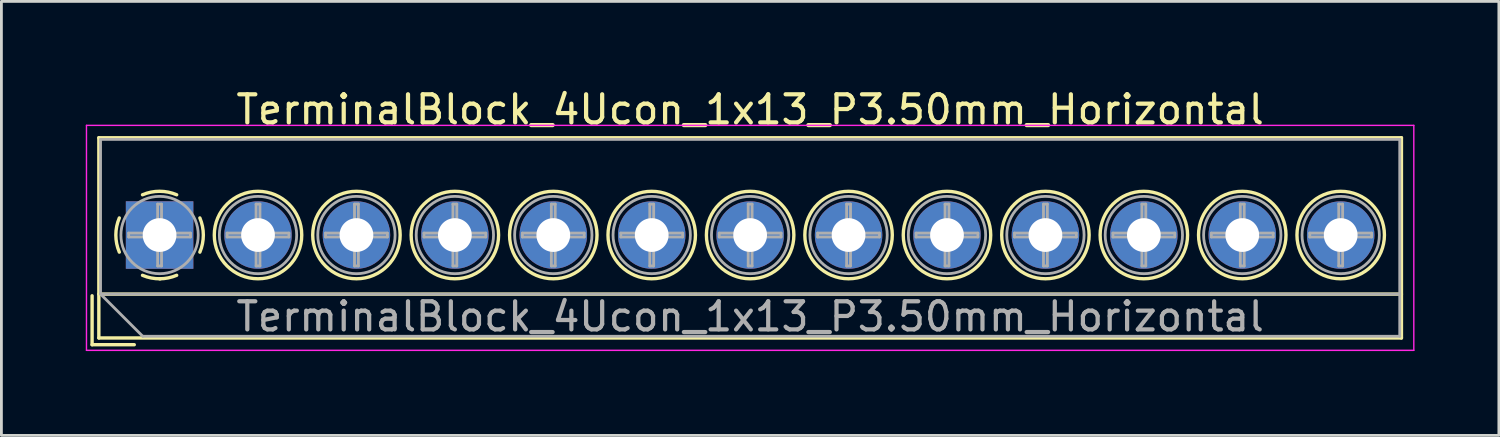
<source format=kicad_pcb>
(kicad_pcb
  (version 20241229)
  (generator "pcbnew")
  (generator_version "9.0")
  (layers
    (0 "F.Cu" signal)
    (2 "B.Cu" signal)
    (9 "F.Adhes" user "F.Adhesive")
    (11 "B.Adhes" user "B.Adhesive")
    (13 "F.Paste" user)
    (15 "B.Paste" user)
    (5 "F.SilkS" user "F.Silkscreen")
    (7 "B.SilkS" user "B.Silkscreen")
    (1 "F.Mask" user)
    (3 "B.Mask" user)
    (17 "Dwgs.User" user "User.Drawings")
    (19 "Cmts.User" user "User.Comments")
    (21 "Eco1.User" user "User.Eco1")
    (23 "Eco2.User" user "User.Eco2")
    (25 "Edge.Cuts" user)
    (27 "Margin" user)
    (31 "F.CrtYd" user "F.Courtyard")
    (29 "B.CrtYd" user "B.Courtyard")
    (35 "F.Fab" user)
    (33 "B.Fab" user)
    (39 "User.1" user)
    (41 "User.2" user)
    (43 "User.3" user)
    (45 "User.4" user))
  (footprint "TerminalBlock_4Ucon_1x13_P3.50mm_Horizontal"
    (layer "F.Cu")
    (at 2.625 5.308)
    (property "Reference" "TerminalBlock_4Ucon_1x13_P3.50mm_Horizontal" (at 21 -4.46 0) (layer "F.SilkS") (effects (font (size 1 1) (thickness 0.15))))
    (attr through_hole)
    (fp_line (start -2.4 2.16) (end -2.4 3.9) (stroke (width 0.12) (type solid)) (layer "F.SilkS"))
    (fp_line (start -2.4 3.9) (end -0.9 3.9) (stroke (width 0.12) (type solid)) (layer "F.SilkS"))
    (fp_line (start -2.16 -3.46) (end -2.16 3.66) (stroke (width 0.12) (type solid)) (layer "F.SilkS"))
    (fp_line (start -2.16 -3.46) (end 44.16 -3.46) (stroke (width 0.12) (type solid)) (layer "F.SilkS"))
    (fp_line (start -2.16 2.1) (end 44.16 2.1) (stroke (width 0.12) (type solid)) (layer "F.SilkS"))
    (fp_line (start -2.16 3.66) (end 44.16 3.66) (stroke (width 0.12) (type solid)) (layer "F.SilkS"))
    (fp_line (start 44.16 -3.46) (end 44.16 3.66) (stroke (width 0.12) (type solid)) (layer "F.SilkS"))
    (fp_arc (start -1.432109 0.607742) (mid -1.555727 -0.00014) (end -1.432 -0.608) (stroke (width 0.12) (type solid)) (layer "F.SilkS"))
    (fp_arc (start -0.607742 -1.432109) (mid 0.00014 -1.555727) (end 0.608 -1.432) (stroke (width 0.12) (type solid)) (layer "F.SilkS"))
    (fp_arc (start 0.027011 1.555493) (mid -0.296984 1.527118) (end -0.608 1.432) (stroke (width 0.12) (type solid)) (layer "F.SilkS"))
    (fp_arc (start 0.607587 1.431385) (mid 0.310017 1.523783) (end 0 1.555) (stroke (width 0.12) (type solid)) (layer "F.SilkS"))
    (fp_arc (start 1.432109 -0.607742) (mid 1.555727 0.00014) (end 1.432 0.608) (stroke (width 0.12) (type solid)) (layer "F.SilkS"))
    (fp_circle (center 3.5 0) (end 5.055 0) (stroke (width 0.12) (type solid)) (fill no) (layer "F.SilkS"))
    (fp_circle (center 7 0) (end 8.555 0) (stroke (width 0.12) (type solid)) (fill no) (layer "F.SilkS"))
    (fp_circle (center 10.5 0) (end 12.055 0) (stroke (width 0.12) (type solid)) (fill no) (layer "F.SilkS"))
    (fp_circle (center 14 0) (end 15.555 0) (stroke (width 0.12) (type solid)) (fill no) (layer "F.SilkS"))
    (fp_circle (center 17.5 0) (end 19.055 0) (stroke (width 0.12) (type solid)) (fill no) (layer "F.SilkS"))
    (fp_circle (center 21 0) (end 22.555 0) (stroke (width 0.12) (type solid)) (fill no) (layer "F.SilkS"))
    (fp_circle (center 24.5 0) (end 26.055 0) (stroke (width 0.12) (type solid)) (fill no) (layer "F.SilkS"))
    (fp_circle (center 28 0) (end 29.555 0) (stroke (width 0.12) (type solid)) (fill no) (layer "F.SilkS"))
    (fp_circle (center 31.5 0) (end 33.055 0) (stroke (width 0.12) (type solid)) (fill no) (layer "F.SilkS"))
    (fp_circle (center 35 0) (end 36.555 0) (stroke (width 0.12) (type solid)) (fill no) (layer "F.SilkS"))
    (fp_circle (center 38.5 0) (end 40.055 0) (stroke (width 0.12) (type solid)) (fill no) (layer "F.SilkS"))
    (fp_circle (center 42 0) (end 43.555 0) (stroke (width 0.12) (type solid)) (fill no) (layer "F.SilkS"))
    (fp_line (start -2.6 -3.9) (end -2.6 4.1) (stroke (width 0.05) (type solid)) (layer "F.CrtYd"))
    (fp_line (start -2.6 4.1) (end 44.6 4.1) (stroke (width 0.05) (type solid)) (layer "F.CrtYd"))
    (fp_line (start 44.6 -3.9) (end -2.6 -3.9) (stroke (width 0.05) (type solid)) (layer "F.CrtYd"))
    (fp_line (start 44.6 4.1) (end 44.6 -3.9) (stroke (width 0.05) (type solid)) (layer "F.CrtYd"))
    (fp_line (start -2.1 -3.4) (end 44.1 -3.4) (stroke (width 0.1) (type solid)) (layer "F.Fab"))
    (fp_line (start -2.1 2.1) (end -2.1 -3.4) (stroke (width 0.1) (type solid)) (layer "F.Fab"))
    (fp_line (start -2.1 2.1) (end 44.1 2.1) (stroke (width 0.1) (type solid)) (layer "F.Fab"))
    (fp_line (start -1.1 -0.069) (end -0.069 -0.069) (stroke (width 0.1) (type solid)) (layer "F.Fab"))
    (fp_line (start -1.1 0.069) (end -1.1 -0.069) (stroke (width 0.1) (type solid)) (layer "F.Fab"))
    (fp_line (start -0.6 3.6) (end -2.1 2.1) (stroke (width 0.1) (type solid)) (layer "F.Fab"))
    (fp_line (start -0.069 -1.1) (end 0.069 -1.1) (stroke (width 0.1) (type solid)) (layer "F.Fab"))
    (fp_line (start -0.069 -0.069) (end -0.069 -1.1) (stroke (width 0.1) (type solid)) (layer "F.Fab"))
    (fp_line (start -0.069 0.069) (end -1.1 0.069) (stroke (width 0.1) (type solid)) (layer "F.Fab"))
    (fp_line (start -0.069 1.1) (end -0.069 0.069) (stroke (width 0.1) (type solid)) (layer "F.Fab"))
    (fp_line (start 0.069 -1.1) (end 0.069 -0.069) (stroke (width 0.1) (type solid)) (layer "F.Fab"))
    (fp_line (start 0.069 -0.069) (end 1.1 -0.069) (stroke (width 0.1) (type solid)) (layer "F.Fab"))
    (fp_line (start 0.069 0.069) (end 0.069 1.1) (stroke (width 0.1) (type solid)) (layer "F.Fab"))
    (fp_line (start 0.069 1.1) (end -0.069 1.1) (stroke (width 0.1) (type solid)) (layer "F.Fab"))
    (fp_line (start 1.1 -0.069) (end 1.1 0.069) (stroke (width 0.1) (type solid)) (layer "F.Fab"))
    (fp_line (start 1.1 0.069) (end 0.069 0.069) (stroke (width 0.1) (type solid)) (layer "F.Fab"))
    (fp_line (start 2.4 -0.069) (end 3.431 -0.069) (stroke (width 0.1) (type solid)) (layer "F.Fab"))
    (fp_line (start 2.4 0.069) (end 2.4 -0.069) (stroke (width 0.1) (type solid)) (layer "F.Fab"))
    (fp_line (start 3.431 -1.1) (end 3.569 -1.1) (stroke (width 0.1) (type solid)) (layer "F.Fab"))
    (fp_line (start 3.431 -0.069) (end 3.431 -1.1) (stroke (width 0.1) (type solid)) (layer "F.Fab"))
    (fp_line (start 3.431 0.069) (end 2.4 0.069) (stroke (width 0.1) (type solid)) (layer "F.Fab"))
    (fp_line (start 3.431 1.1) (end 3.431 0.069) (stroke (width 0.1) (type solid)) (layer "F.Fab"))
    (fp_line (start 3.569 -1.1) (end 3.569 -0.069) (stroke (width 0.1) (type solid)) (layer "F.Fab"))
    (fp_line (start 3.569 -0.069) (end 4.6 -0.069) (stroke (width 0.1) (type solid)) (layer "F.Fab"))
    (fp_line (start 3.569 0.069) (end 3.569 1.1) (stroke (width 0.1) (type solid)) (layer "F.Fab"))
    (fp_line (start 3.569 1.1) (end 3.431 1.1) (stroke (width 0.1) (type solid)) (layer "F.Fab"))
    (fp_line (start 4.6 -0.069) (end 4.6 0.069) (stroke (width 0.1) (type solid)) (layer "F.Fab"))
    (fp_line (start 4.6 0.069) (end 3.569 0.069) (stroke (width 0.1) (type solid)) (layer "F.Fab"))
    (fp_line (start 5.9 -0.069) (end 6.931 -0.069) (stroke (width 0.1) (type solid)) (layer "F.Fab"))
    (fp_line (start 5.9 0.069) (end 5.9 -0.069) (stroke (width 0.1) (type solid)) (layer "F.Fab"))
    (fp_line (start 6.931 -1.1) (end 7.069 -1.1) (stroke (width 0.1) (type solid)) (layer "F.Fab"))
    (fp_line (start 6.931 -0.069) (end 6.931 -1.1) (stroke (width 0.1) (type solid)) (layer "F.Fab"))
    (fp_line (start 6.931 0.069) (end 5.9 0.069) (stroke (width 0.1) (type solid)) (layer "F.Fab"))
    (fp_line (start 6.931 1.1) (end 6.931 0.069) (stroke (width 0.1) (type solid)) (layer "F.Fab"))
    (fp_line (start 7.069 -1.1) (end 7.069 -0.069) (stroke (width 0.1) (type solid)) (layer "F.Fab"))
    (fp_line (start 7.069 -0.069) (end 8.1 -0.069) (stroke (width 0.1) (type solid)) (layer "F.Fab"))
    (fp_line (start 7.069 0.069) (end 7.069 1.1) (stroke (width 0.1) (type solid)) (layer "F.Fab"))
    (fp_line (start 7.069 1.1) (end 6.931 1.1) (stroke (width 0.1) (type solid)) (layer "F.Fab"))
    (fp_line (start 8.1 -0.069) (end 8.1 0.069) (stroke (width 0.1) (type solid)) (layer "F.Fab"))
    (fp_line (start 8.1 0.069) (end 7.069 0.069) (stroke (width 0.1) (type solid)) (layer "F.Fab"))
    (fp_line (start 9.4 -0.069) (end 10.431 -0.069) (stroke (width 0.1) (type solid)) (layer "F.Fab"))
    (fp_line (start 9.4 0.069) (end 9.4 -0.069) (stroke (width 0.1) (type solid)) (layer "F.Fab"))
    (fp_line (start 10.431 -1.1) (end 10.569 -1.1) (stroke (width 0.1) (type solid)) (layer "F.Fab"))
    (fp_line (start 10.431 -0.069) (end 10.431 -1.1) (stroke (width 0.1) (type solid)) (layer "F.Fab"))
    (fp_line (start 10.431 0.069) (end 9.4 0.069) (stroke (width 0.1) (type solid)) (layer "F.Fab"))
    (fp_line (start 10.431 1.1) (end 10.431 0.069) (stroke (width 0.1) (type solid)) (layer "F.Fab"))
    (fp_line (start 10.569 -1.1) (end 10.569 -0.069) (stroke (width 0.1) (type solid)) (layer "F.Fab"))
    (fp_line (start 10.569 -0.069) (end 11.6 -0.069) (stroke (width 0.1) (type solid)) (layer "F.Fab"))
    (fp_line (start 10.569 0.069) (end 10.569 1.1) (stroke (width 0.1) (type solid)) (layer "F.Fab"))
    (fp_line (start 10.569 1.1) (end 10.431 1.1) (stroke (width 0.1) (type solid)) (layer "F.Fab"))
    (fp_line (start 11.6 -0.069) (end 11.6 0.069) (stroke (width 0.1) (type solid)) (layer "F.Fab"))
    (fp_line (start 11.6 0.069) (end 10.569 0.069) (stroke (width 0.1) (type solid)) (layer "F.Fab"))
    (fp_line (start 12.9 -0.069) (end 13.931 -0.069) (stroke (width 0.1) (type solid)) (layer "F.Fab"))
    (fp_line (start 12.9 0.069) (end 12.9 -0.069) (stroke (width 0.1) (type solid)) (layer "F.Fab"))
    (fp_line (start 13.931 -1.1) (end 14.069 -1.1) (stroke (width 0.1) (type solid)) (layer "F.Fab"))
    (fp_line (start 13.931 -0.069) (end 13.931 -1.1) (stroke (width 0.1) (type solid)) (layer "F.Fab"))
    (fp_line (start 13.931 0.069) (end 12.9 0.069) (stroke (width 0.1) (type solid)) (layer "F.Fab"))
    (fp_line (start 13.931 1.1) (end 13.931 0.069) (stroke (width 0.1) (type solid)) (layer "F.Fab"))
    (fp_line (start 14.069 -1.1) (end 14.069 -0.069) (stroke (width 0.1) (type solid)) (layer "F.Fab"))
    (fp_line (start 14.069 -0.069) (end 15.1 -0.069) (stroke (width 0.1) (type solid)) (layer "F.Fab"))
    (fp_line (start 14.069 0.069) (end 14.069 1.1) (stroke (width 0.1) (type solid)) (layer "F.Fab"))
    (fp_line (start 14.069 1.1) (end 13.931 1.1) (stroke (width 0.1) (type solid)) (layer "F.Fab"))
    (fp_line (start 15.1 -0.069) (end 15.1 0.069) (stroke (width 0.1) (type solid)) (layer "F.Fab"))
    (fp_line (start 15.1 0.069) (end 14.069 0.069) (stroke (width 0.1) (type solid)) (layer "F.Fab"))
    (fp_line (start 16.4 -0.069) (end 17.431 -0.069) (stroke (width 0.1) (type solid)) (layer "F.Fab"))
    (fp_line (start 16.4 0.069) (end 16.4 -0.069) (stroke (width 0.1) (type solid)) (layer "F.Fab"))
    (fp_line (start 17.431 -1.1) (end 17.569 -1.1) (stroke (width 0.1) (type solid)) (layer "F.Fab"))
    (fp_line (start 17.431 -0.069) (end 17.431 -1.1) (stroke (width 0.1) (type solid)) (layer "F.Fab"))
    (fp_line (start 17.431 0.069) (end 16.4 0.069) (stroke (width 0.1) (type solid)) (layer "F.Fab"))
    (fp_line (start 17.431 1.1) (end 17.431 0.069) (stroke (width 0.1) (type solid)) (layer "F.Fab"))
    (fp_line (start 17.569 -1.1) (end 17.569 -0.069) (stroke (width 0.1) (type solid)) (layer "F.Fab"))
    (fp_line (start 17.569 -0.069) (end 18.6 -0.069) (stroke (width 0.1) (type solid)) (layer "F.Fab"))
    (fp_line (start 17.569 0.069) (end 17.569 1.1) (stroke (width 0.1) (type solid)) (layer "F.Fab"))
    (fp_line (start 17.569 1.1) (end 17.431 1.1) (stroke (width 0.1) (type solid)) (layer "F.Fab"))
    (fp_line (start 18.6 -0.069) (end 18.6 0.069) (stroke (width 0.1) (type solid)) (layer "F.Fab"))
    (fp_line (start 18.6 0.069) (end 17.569 0.069) (stroke (width 0.1) (type solid)) (layer "F.Fab"))
    (fp_line (start 19.9 -0.069) (end 20.931 -0.069) (stroke (width 0.1) (type solid)) (layer "F.Fab"))
    (fp_line (start 19.9 0.069) (end 19.9 -0.069) (stroke (width 0.1) (type solid)) (layer "F.Fab"))
    (fp_line (start 20.931 -1.1) (end 21.069 -1.1) (stroke (width 0.1) (type solid)) (layer "F.Fab"))
    (fp_line (start 20.931 -0.069) (end 20.931 -1.1) (stroke (width 0.1) (type solid)) (layer "F.Fab"))
    (fp_line (start 20.931 0.069) (end 19.9 0.069) (stroke (width 0.1) (type solid)) (layer "F.Fab"))
    (fp_line (start 20.931 1.1) (end 20.931 0.069) (stroke (width 0.1) (type solid)) (layer "F.Fab"))
    (fp_line (start 21.069 -1.1) (end 21.069 -0.069) (stroke (width 0.1) (type solid)) (layer "F.Fab"))
    (fp_line (start 21.069 -0.069) (end 22.1 -0.069) (stroke (width 0.1) (type solid)) (layer "F.Fab"))
    (fp_line (start 21.069 0.069) (end 21.069 1.1) (stroke (width 0.1) (type solid)) (layer "F.Fab"))
    (fp_line (start 21.069 1.1) (end 20.931 1.1) (stroke (width 0.1) (type solid)) (layer "F.Fab"))
    (fp_line (start 22.1 -0.069) (end 22.1 0.069) (stroke (width 0.1) (type solid)) (layer "F.Fab"))
    (fp_line (start 22.1 0.069) (end 21.069 0.069) (stroke (width 0.1) (type solid)) (layer "F.Fab"))
    (fp_line (start 23.4 -0.069) (end 24.431 -0.069) (stroke (width 0.1) (type solid)) (layer "F.Fab"))
    (fp_line (start 23.4 0.069) (end 23.4 -0.069) (stroke (width 0.1) (type solid)) (layer "F.Fab"))
    (fp_line (start 24.431 -1.1) (end 24.569 -1.1) (stroke (width 0.1) (type solid)) (layer "F.Fab"))
    (fp_line (start 24.431 -0.069) (end 24.431 -1.1) (stroke (width 0.1) (type solid)) (layer "F.Fab"))
    (fp_line (start 24.431 0.069) (end 23.4 0.069) (stroke (width 0.1) (type solid)) (layer "F.Fab"))
    (fp_line (start 24.431 1.1) (end 24.431 0.069) (stroke (width 0.1) (type solid)) (layer "F.Fab"))
    (fp_line (start 24.569 -1.1) (end 24.569 -0.069) (stroke (width 0.1) (type solid)) (layer "F.Fab"))
    (fp_line (start 24.569 -0.069) (end 25.6 -0.069) (stroke (width 0.1) (type solid)) (layer "F.Fab"))
    (fp_line (start 24.569 0.069) (end 24.569 1.1) (stroke (width 0.1) (type solid)) (layer "F.Fab"))
    (fp_line (start 24.569 1.1) (end 24.431 1.1) (stroke (width 0.1) (type solid)) (layer "F.Fab"))
    (fp_line (start 25.6 -0.069) (end 25.6 0.069) (stroke (width 0.1) (type solid)) (layer "F.Fab"))
    (fp_line (start 25.6 0.069) (end 24.569 0.069) (stroke (width 0.1) (type solid)) (layer "F.Fab"))
    (fp_line (start 26.9 -0.069) (end 27.931 -0.069) (stroke (width 0.1) (type solid)) (layer "F.Fab"))
    (fp_line (start 26.9 0.069) (end 26.9 -0.069) (stroke (width 0.1) (type solid)) (layer "F.Fab"))
    (fp_line (start 27.931 -1.1) (end 28.069 -1.1) (stroke (width 0.1) (type solid)) (layer "F.Fab"))
    (fp_line (start 27.931 -0.069) (end 27.931 -1.1) (stroke (width 0.1) (type solid)) (layer "F.Fab"))
    (fp_line (start 27.931 0.069) (end 26.9 0.069) (stroke (width 0.1) (type solid)) (layer "F.Fab"))
    (fp_line (start 27.931 1.1) (end 27.931 0.069) (stroke (width 0.1) (type solid)) (layer "F.Fab"))
    (fp_line (start 28.069 -1.1) (end 28.069 -0.069) (stroke (width 0.1) (type solid)) (layer "F.Fab"))
    (fp_line (start 28.069 -0.069) (end 29.1 -0.069) (stroke (width 0.1) (type solid)) (layer "F.Fab"))
    (fp_line (start 28.069 0.069) (end 28.069 1.1) (stroke (width 0.1) (type solid)) (layer "F.Fab"))
    (fp_line (start 28.069 1.1) (end 27.931 1.1) (stroke (width 0.1) (type solid)) (layer "F.Fab"))
    (fp_line (start 29.1 -0.069) (end 29.1 0.069) (stroke (width 0.1) (type solid)) (layer "F.Fab"))
    (fp_line (start 29.1 0.069) (end 28.069 0.069) (stroke (width 0.1) (type solid)) (layer "F.Fab"))
    (fp_line (start 30.4 -0.069) (end 31.431 -0.069) (stroke (width 0.1) (type solid)) (layer "F.Fab"))
    (fp_line (start 30.4 0.069) (end 30.4 -0.069) (stroke (width 0.1) (type solid)) (layer "F.Fab"))
    (fp_line (start 31.431 -1.1) (end 31.569 -1.1) (stroke (width 0.1) (type solid)) (layer "F.Fab"))
    (fp_line (start 31.431 -0.069) (end 31.431 -1.1) (stroke (width 0.1) (type solid)) (layer "F.Fab"))
    (fp_line (start 31.431 0.069) (end 30.4 0.069) (stroke (width 0.1) (type solid)) (layer "F.Fab"))
    (fp_line (start 31.431 1.1) (end 31.431 0.069) (stroke (width 0.1) (type solid)) (layer "F.Fab"))
    (fp_line (start 31.569 -1.1) (end 31.569 -0.069) (stroke (width 0.1) (type solid)) (layer "F.Fab"))
    (fp_line (start 31.569 -0.069) (end 32.6 -0.069) (stroke (width 0.1) (type solid)) (layer "F.Fab"))
    (fp_line (start 31.569 0.069) (end 31.569 1.1) (stroke (width 0.1) (type solid)) (layer "F.Fab"))
    (fp_line (start 31.569 1.1) (end 31.431 1.1) (stroke (width 0.1) (type solid)) (layer "F.Fab"))
    (fp_line (start 32.6 -0.069) (end 32.6 0.069) (stroke (width 0.1) (type solid)) (layer "F.Fab"))
    (fp_line (start 32.6 0.069) (end 31.569 0.069) (stroke (width 0.1) (type solid)) (layer "F.Fab"))
    (fp_line (start 33.9 -0.069) (end 34.931 -0.069) (stroke (width 0.1) (type solid)) (layer "F.Fab"))
    (fp_line (start 33.9 0.069) (end 33.9 -0.069) (stroke (width 0.1) (type solid)) (layer "F.Fab"))
    (fp_line (start 34.931 -1.1) (end 35.069 -1.1) (stroke (width 0.1) (type solid)) (layer "F.Fab"))
    (fp_line (start 34.931 -0.069) (end 34.931 -1.1) (stroke (width 0.1) (type solid)) (layer "F.Fab"))
    (fp_line (start 34.931 0.069) (end 33.9 0.069) (stroke (width 0.1) (type solid)) (layer "F.Fab"))
    (fp_line (start 34.931 1.1) (end 34.931 0.069) (stroke (width 0.1) (type solid)) (layer "F.Fab"))
    (fp_line (start 35.069 -1.1) (end 35.069 -0.069) (stroke (width 0.1) (type solid)) (layer "F.Fab"))
    (fp_line (start 35.069 -0.069) (end 36.1 -0.069) (stroke (width 0.1) (type solid)) (layer "F.Fab"))
    (fp_line (start 35.069 0.069) (end 35.069 1.1) (stroke (width 0.1) (type solid)) (layer "F.Fab"))
    (fp_line (start 35.069 1.1) (end 34.931 1.1) (stroke (width 0.1) (type solid)) (layer "F.Fab"))
    (fp_line (start 36.1 -0.069) (end 36.1 0.069) (stroke (width 0.1) (type solid)) (layer "F.Fab"))
    (fp_line (start 36.1 0.069) (end 35.069 0.069) (stroke (width 0.1) (type solid)) (layer "F.Fab"))
    (fp_line (start 37.4 -0.069) (end 38.431 -0.069) (stroke (width 0.1) (type solid)) (layer "F.Fab"))
    (fp_line (start 37.4 0.069) (end 37.4 -0.069) (stroke (width 0.1) (type solid)) (layer "F.Fab"))
    (fp_line (start 38.431 -1.1) (end 38.569 -1.1) (stroke (width 0.1) (type solid)) (layer "F.Fab"))
    (fp_line (start 38.431 -0.069) (end 38.431 -1.1) (stroke (width 0.1) (type solid)) (layer "F.Fab"))
    (fp_line (start 38.431 0.069) (end 37.4 0.069) (stroke (width 0.1) (type solid)) (layer "F.Fab"))
    (fp_line (start 38.431 1.1) (end 38.431 0.069) (stroke (width 0.1) (type solid)) (layer "F.Fab"))
    (fp_line (start 38.569 -1.1) (end 38.569 -0.069) (stroke (width 0.1) (type solid)) (layer "F.Fab"))
    (fp_line (start 38.569 -0.069) (end 39.6 -0.069) (stroke (width 0.1) (type solid)) (layer "F.Fab"))
    (fp_line (start 38.569 0.069) (end 38.569 1.1) (stroke (width 0.1) (type solid)) (layer "F.Fab"))
    (fp_line (start 38.569 1.1) (end 38.431 1.1) (stroke (width 0.1) (type solid)) (layer "F.Fab"))
    (fp_line (start 39.6 -0.069) (end 39.6 0.069) (stroke (width 0.1) (type solid)) (layer "F.Fab"))
    (fp_line (start 39.6 0.069) (end 38.569 0.069) (stroke (width 0.1) (type solid)) (layer "F.Fab"))
    (fp_line (start 40.9 -0.069) (end 41.931 -0.069) (stroke (width 0.1) (type solid)) (layer "F.Fab"))
    (fp_line (start 40.9 0.069) (end 40.9 -0.069) (stroke (width 0.1) (type solid)) (layer "F.Fab"))
    (fp_line (start 41.931 -1.1) (end 42.069 -1.1) (stroke (width 0.1) (type solid)) (layer "F.Fab"))
    (fp_line (start 41.931 -0.069) (end 41.931 -1.1) (stroke (width 0.1) (type solid)) (layer "F.Fab"))
    (fp_line (start 41.931 0.069) (end 40.9 0.069) (stroke (width 0.1) (type solid)) (layer "F.Fab"))
    (fp_line (start 41.931 1.1) (end 41.931 0.069) (stroke (width 0.1) (type solid)) (layer "F.Fab"))
    (fp_line (start 42.069 -1.1) (end 42.069 -0.069) (stroke (width 0.1) (type solid)) (layer "F.Fab"))
    (fp_line (start 42.069 -0.069) (end 43.1 -0.069) (stroke (width 0.1) (type solid)) (layer "F.Fab"))
    (fp_line (start 42.069 0.069) (end 42.069 1.1) (stroke (width 0.1) (type solid)) (layer "F.Fab"))
    (fp_line (start 42.069 1.1) (end 41.931 1.1) (stroke (width 0.1) (type solid)) (layer "F.Fab"))
    (fp_line (start 43.1 -0.069) (end 43.1 0.069) (stroke (width 0.1) (type solid)) (layer "F.Fab"))
    (fp_line (start 43.1 0.069) (end 42.069 0.069) (stroke (width 0.1) (type solid)) (layer "F.Fab"))
    (fp_line (start 44.1 -3.4) (end 44.1 3.6) (stroke (width 0.1) (type solid)) (layer "F.Fab"))
    (fp_line (start 44.1 3.6) (end -0.6 3.6) (stroke (width 0.1) (type solid)) (layer "F.Fab"))
    (fp_circle (center 0 0) (end 1.375 0) (stroke (width 0.1) (type solid)) (fill no) (layer "F.Fab"))
    (fp_circle (center 3.5 0) (end 4.875 0) (stroke (width 0.1) (type solid)) (fill no) (layer "F.Fab"))
    (fp_circle (center 7 0) (end 8.375 0) (stroke (width 0.1) (type solid)) (fill no) (layer "F.Fab"))
    (fp_circle (center 10.5 0) (end 11.875 0) (stroke (width 0.1) (type solid)) (fill no) (layer "F.Fab"))
    (fp_circle (center 14 0) (end 15.375 0) (stroke (width 0.1) (type solid)) (fill no) (layer "F.Fab"))
    (fp_circle (center 17.5 0) (end 18.875 0) (stroke (width 0.1) (type solid)) (fill no) (layer "F.Fab"))
    (fp_circle (center 21 0) (end 22.375 0) (stroke (width 0.1) (type solid)) (fill no) (layer "F.Fab"))
    (fp_circle (center 24.5 0) (end 25.875 0) (stroke (width 0.1) (type solid)) (fill no) (layer "F.Fab"))
    (fp_circle (center 28 0) (end 29.375 0) (stroke (width 0.1) (type solid)) (fill no) (layer "F.Fab"))
    (fp_circle (center 31.5 0) (end 32.875 0) (stroke (width 0.1) (type solid)) (fill no) (layer "F.Fab"))
    (fp_circle (center 35 0) (end 36.375 0) (stroke (width 0.1) (type solid)) (fill no) (layer "F.Fab"))
    (fp_circle (center 38.5 0) (end 39.875 0) (stroke (width 0.1) (type solid)) (fill no) (layer "F.Fab"))
    (fp_circle (center 42 0) (end 43.375 0) (stroke (width 0.1) (type solid)) (fill no) (layer "F.Fab"))
    (fp_text user "${REFERENCE}" (at 21 2.9 0) (layer "F.Fab") (effects (font (size 1 1) (thickness 0.15))))
    (pad "1" thru_hole rect (at 0 0) (size 2.4 2.4) (drill 1.2) (layers "*.Cu" "*.Mask"))
    (pad "2" thru_hole circle (at 3.5 0) (size 2.4 2.4) (drill 1.2) (layers "*.Cu" "*.Mask"))
    (pad "3" thru_hole circle (at 7 0) (size 2.4 2.4) (drill 1.2) (layers "*.Cu" "*.Mask"))
    (pad "4" thru_hole circle (at 10.5 0) (size 2.4 2.4) (drill 1.2) (layers "*.Cu" "*.Mask"))
    (pad "5" thru_hole circle (at 14 0) (size 2.4 2.4) (drill 1.2) (layers "*.Cu" "*.Mask"))
    (pad "6" thru_hole circle (at 17.5 0) (size 2.4 2.4) (drill 1.2) (layers "*.Cu" "*.Mask"))
    (pad "7" thru_hole circle (at 21 0) (size 2.4 2.4) (drill 1.2) (layers "*.Cu" "*.Mask"))
    (pad "8" thru_hole circle (at 24.5 0) (size 2.4 2.4) (drill 1.2) (layers "*.Cu" "*.Mask"))
    (pad "9" thru_hole circle (at 28 0) (size 2.4 2.4) (drill 1.2) (layers "*.Cu" "*.Mask"))
    (pad "10" thru_hole circle (at 31.5 0) (size 2.4 2.4) (drill 1.2) (layers "*.Cu" "*.Mask"))
    (pad "11" thru_hole circle (at 35 0) (size 2.4 2.4) (drill 1.2) (layers "*.Cu" "*.Mask"))
    (pad "12" thru_hole circle (at 38.5 0) (size 2.4 2.4) (drill 1.2) (layers "*.Cu" "*.Mask"))
    (pad "13" thru_hole circle (at 42 0) (size 2.4 2.4) (drill 1.2) (layers "*.Cu" "*.Mask")))
  (gr_rect
    (start -3 -3)
    (end 50.25 12.433)
    (stroke (width 0.1) (type default))
    (fill no)
    (layer "Edge.Cuts")))
</source>
